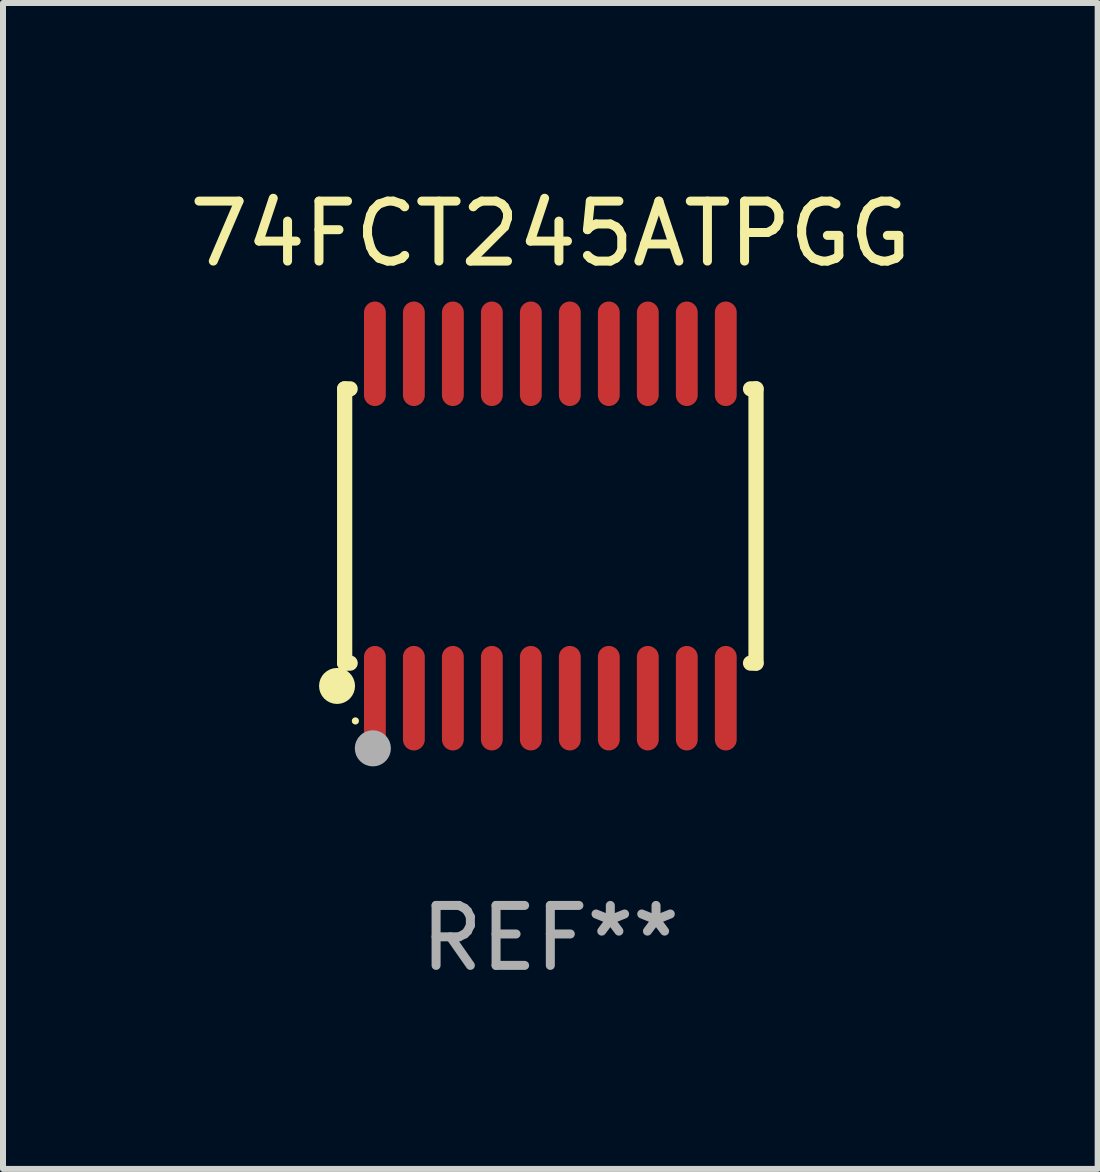
<source format=kicad_pcb>
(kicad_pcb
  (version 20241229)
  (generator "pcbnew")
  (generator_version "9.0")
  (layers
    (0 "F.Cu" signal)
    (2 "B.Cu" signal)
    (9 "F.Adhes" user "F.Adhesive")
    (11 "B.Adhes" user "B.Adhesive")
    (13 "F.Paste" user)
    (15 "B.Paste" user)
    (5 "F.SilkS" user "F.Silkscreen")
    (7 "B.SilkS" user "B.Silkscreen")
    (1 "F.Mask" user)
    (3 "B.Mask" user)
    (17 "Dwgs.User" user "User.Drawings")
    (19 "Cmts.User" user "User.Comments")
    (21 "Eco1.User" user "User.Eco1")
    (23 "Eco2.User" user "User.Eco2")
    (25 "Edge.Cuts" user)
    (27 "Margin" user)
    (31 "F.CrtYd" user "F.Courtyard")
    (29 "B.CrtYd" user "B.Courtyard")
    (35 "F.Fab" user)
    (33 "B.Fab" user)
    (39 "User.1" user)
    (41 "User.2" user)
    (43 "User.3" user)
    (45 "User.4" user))
  (footprint "74FCT245ATPGG"
    (layer "F.Cu")
    (at 6.125 5.719)
    (property "Reference" "74FCT245ATPGG" (at 0 -4.871 0) (layer "F.SilkS") (effects (font (size 1 1) (thickness 0.15))))
    (attr through_hole)
    (fp_line (start -3.429 -2.286) (end -3.429 2.286) (stroke (width 0.254) (type solid)) (layer "F.SilkS"))
    (fp_line (start -3.429 2.286) (end -3.338 2.286) (stroke (width 0.254) (type solid)) (layer "F.SilkS"))
    (fp_line (start -3.338 -2.286) (end -3.429 -2.286) (stroke (width 0.254) (type solid)) (layer "F.SilkS"))
    (fp_line (start 3.338 -2.286) (end 3.429 -2.286) (stroke (width 0.254) (type solid)) (layer "F.SilkS"))
    (fp_line (start 3.429 -2.286) (end 3.429 2.286) (stroke (width 0.254) (type solid)) (layer "F.SilkS"))
    (fp_line (start 3.429 2.286) (end 3.338 2.286) (stroke (width 0.254) (type solid)) (layer "F.SilkS"))
    (fp_circle (center -3.556 2.667) (end -3.406 2.667) (stroke (width 0.3) (type solid)) (fill no) (layer "F.SilkS"))
    (fp_circle (center -3.25 3.25) (end -3.22 3.25) (stroke (width 0.06) (type solid)) (fill no) (layer "F.SilkS"))
    (fp_circle (center -2.959 3.707) (end -2.808 3.707) (stroke (width 0.3) (type solid)) (fill no) (layer "F.Fab"))
    (fp_text user "REF**" (at 0 6.871 0) (layer "F.Fab") (effects (font (size 1 1) (thickness 0.15))))
    (pad "1" smd oval (at -2.925 2.871) (size 0.364 1.742) (layers "F.Cu" "F.Mask" "F.Paste"))
    (pad "2" smd oval (at -2.275 2.871) (size 0.364 1.742) (layers "F.Cu" "F.Mask" "F.Paste"))
    (pad "3" smd oval (at -1.625 2.871) (size 0.364 1.742) (layers "F.Cu" "F.Mask" "F.Paste"))
    (pad "4" smd oval (at -0.975 2.871) (size 0.364 1.742) (layers "F.Cu" "F.Mask" "F.Paste"))
    (pad "5" smd oval (at -0.325 2.871) (size 0.364 1.742) (layers "F.Cu" "F.Mask" "F.Paste"))
    (pad "6" smd oval (at 0.325 2.871) (size 0.364 1.742) (layers "F.Cu" "F.Mask" "F.Paste"))
    (pad "7" smd oval (at 0.975 2.871) (size 0.364 1.742) (layers "F.Cu" "F.Mask" "F.Paste"))
    (pad "8" smd oval (at 1.625 2.871) (size 0.364 1.742) (layers "F.Cu" "F.Mask" "F.Paste"))
    (pad "9" smd oval (at 2.275 2.871) (size 0.364 1.742) (layers "F.Cu" "F.Mask" "F.Paste"))
    (pad "10" smd oval (at 2.925 2.871) (size 0.364 1.742) (layers "F.Cu" "F.Mask" "F.Paste"))
    (pad "11" smd oval (at 2.925 -2.871) (size 0.364 1.742) (layers "F.Cu" "F.Mask" "F.Paste"))
    (pad "12" smd oval (at 2.275 -2.871) (size 0.364 1.742) (layers "F.Cu" "F.Mask" "F.Paste"))
    (pad "13" smd oval (at 1.625 -2.871) (size 0.364 1.742) (layers "F.Cu" "F.Mask" "F.Paste"))
    (pad "14" smd oval (at 0.975 -2.871) (size 0.364 1.742) (layers "F.Cu" "F.Mask" "F.Paste"))
    (pad "15" smd oval (at 0.325 -2.871) (size 0.364 1.742) (layers "F.Cu" "F.Mask" "F.Paste"))
    (pad "16" smd oval (at -0.325 -2.871) (size 0.364 1.742) (layers "F.Cu" "F.Mask" "F.Paste"))
    (pad "17" smd oval (at -0.975 -2.871) (size 0.364 1.742) (layers "F.Cu" "F.Mask" "F.Paste"))
    (pad "18" smd oval (at -1.625 -2.871) (size 0.364 1.742) (layers "F.Cu" "F.Mask" "F.Paste"))
    (pad "19" smd oval (at -2.275 -2.871) (size 0.364 1.742) (layers "F.Cu" "F.Mask" "F.Paste"))
    (pad "20" smd oval (at -2.925 -2.871) (size 0.364 1.742) (layers "F.Cu" "F.Mask" "F.Paste")))
  (gr_rect
    (start -3 -3)
    (end 15.25 16.438)
    (stroke (width 0.1) (type default))
    (fill no)
    (layer "Edge.Cuts")))
</source>
